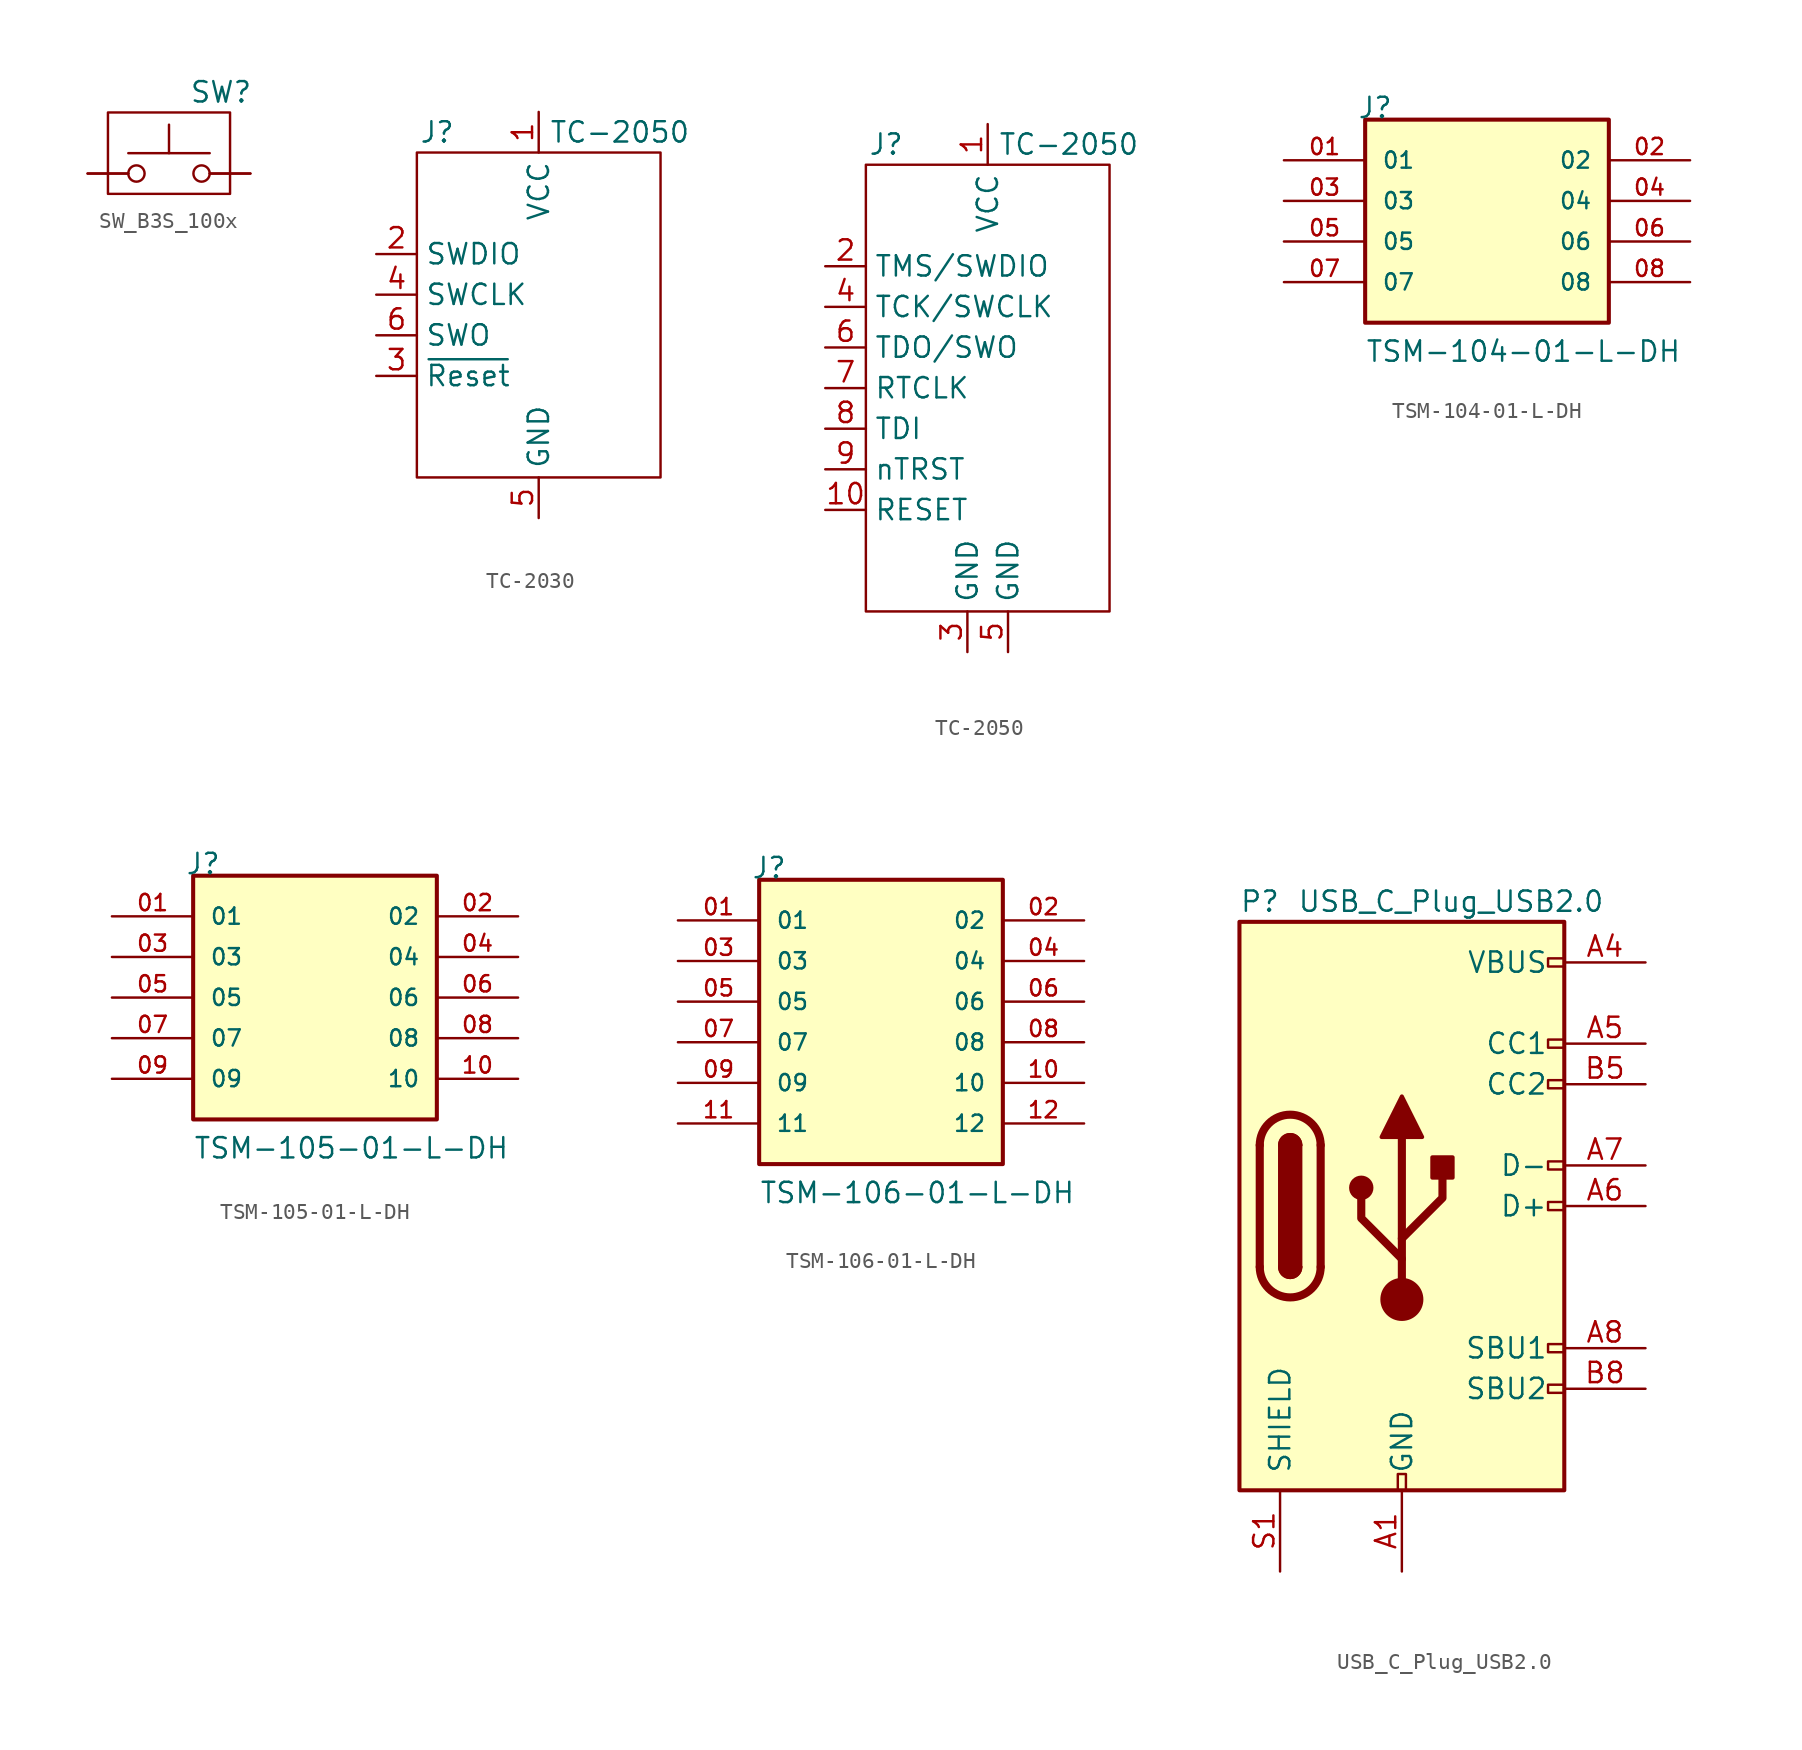
<source format=kicad_sym>
(kicad_symbol_lib
  (version 20220914)
  (generator kicad_symbol_editor)
  (symbol "SW_B3S_100x"
    (pin_numbers hide)
    (pin_names
      (offset 1.016) hide)
    (property "Reference" "SW"
      (at 1.27 5.08 0)
      (effects (font (size 1.27 1.27)) (justify left)))
    (symbol "SW_B3S_100x_0_1"
      (rectangle (start -3.81 3.81) (end 3.81 -1.27) (stroke (width 0) (type default)) (fill (type none)))
      (circle (center -2.032 0) (radius 0.508) (stroke (width 0) (type default)) (fill (type none)))
      (polyline (pts (xy 0 1.27) (xy 0 3.048)) (stroke (width 0) (type default)) (fill (type none)))
      (polyline (pts (xy 2.54 1.27) (xy -2.54 1.27)) (stroke (width 0) (type default)) (fill (type none)))
      (circle (center 2.032 0) (radius 0.508) (stroke (width 0) (type default)) (fill (type none)))
      (pin passive line (at -5.08 0 0) (length 2.54) (name "A" (effects (font (size 1.27 1.27)))) (number "1" (effects (font (size 1.27 1.27)))))
      (pin passive line (at -5.08 0 0) (length 2.54) (name "A" (effects (font (size 1.27 1.27)))) (number "2" (effects (font (size 1.27 1.27))))))
    (symbol "SW_B3S_100x_1_1"
      (pin passive line (at 5.08 0 180) (length 2.54) (name "B" (effects (font (size 1.27 1.27)))) (number "3" (effects (font (size 1.27 1.27)))))
      (pin passive line (at 5.08 0 180) (length 2.54) (name "B" (effects (font (size 1.27 1.27)))) (number "4" (effects (font (size 1.27 1.27)))))))
  (symbol "TC-2030"
    (property "Reference" "J"
      (at -6.35 11.43 0)
      (effects (font (size 1.27 1.27))))
    (property "Value" "TC-2050"
      (at 5.08 11.43 0)
      (effects (font (size 1.27 1.27))))
    (symbol "TC-2030_0_1"
      (rectangle (start -7.62 10.16) (end 7.62 -10.16) (stroke (width 0) (type default)) (fill (type none))))
    (symbol "TC-2030_1_1"
      (pin power_in line (at 0 12.7 270) (length 2.54) (name "VCC" (effects (font (size 1.27 1.27)))) (number "1" (effects (font (size 1.27 1.27)))))
      (pin bidirectional line (at -10.16 3.81 0) (length 2.54) (name "SWDIO" (effects (font (size 1.27 1.27)))) (number "2" (effects (font (size 1.27 1.27)))))
      (pin bidirectional line (at -10.16 -3.81 0) (length 2.54) (name "~{Reset}" (effects (font (size 1.27 1.27)))) (number "3" (effects (font (size 1.27 1.27)))))
      (pin bidirectional line (at -10.16 1.27 0) (length 2.54) (name "SWCLK" (effects (font (size 1.27 1.27)))) (number "4" (effects (font (size 1.27 1.27)))))
      (pin power_in line (at 0 -12.7 90) (length 2.54) (name "GND" (effects (font (size 1.27 1.27)))) (number "5" (effects (font (size 1.27 1.27)))))
      (pin bidirectional line (at -10.16 -1.27 0) (length 2.54) (name "SWO" (effects (font (size 1.27 1.27)))) (number "6" (effects (font (size 1.27 1.27)))))))
  (symbol "TC-2050"
    (property "Reference" "J"
      (at -6.35 15.24 0)
      (effects (font (size 1.27 1.27))))
    (property "Value" "TC-2050"
      (at 5.08 15.24 0)
      (effects (font (size 1.27 1.27))))
    (symbol "TC-2050_0_1"
      (rectangle (start -7.62 13.97) (end 7.62 -13.97) (stroke (width 0) (type default)) (fill (type none))))
    (symbol "TC-2050_1_1"
      (pin power_in line (at 0 16.51 270) (length 2.54) (name "VCC" (effects (font (size 1.27 1.27)))) (number "1" (effects (font (size 1.27 1.27)))))
      (pin bidirectional line (at -10.16 -7.62 0) (length 2.54) (name "RESET" (effects (font (size 1.27 1.27)))) (number "10" (effects (font (size 1.27 1.27)))))
      (pin bidirectional line (at -10.16 7.62 0) (length 2.54) (name "TMS/SWDIO" (effects (font (size 1.27 1.27)))) (number "2" (effects (font (size 1.27 1.27)))))
      (pin power_in line (at -1.27 -16.51 90) (length 2.54) (name "GND" (effects (font (size 1.27 1.27)))) (number "3" (effects (font (size 1.27 1.27)))))
      (pin bidirectional line (at -10.16 5.08 0) (length 2.54) (name "TCK/SWCLK" (effects (font (size 1.27 1.27)))) (number "4" (effects (font (size 1.27 1.27)))))
      (pin power_in line (at 1.27 -16.51 90) (length 2.54) (name "GND" (effects (font (size 1.27 1.27)))) (number "5" (effects (font (size 1.27 1.27)))))
      (pin bidirectional line (at -10.16 2.54 0) (length 2.54) (name "TDO/SWO" (effects (font (size 1.27 1.27)))) (number "6" (effects (font (size 1.27 1.27)))))
      (pin bidirectional line (at -10.16 0 0) (length 2.54) (name "RTCLK" (effects (font (size 1.27 1.27)))) (number "7" (effects (font (size 1.27 1.27)))))
      (pin bidirectional line (at -10.16 -2.54 0) (length 2.54) (name "TDI" (effects (font (size 1.27 1.27)))) (number "8" (effects (font (size 1.27 1.27)))))
      (pin bidirectional line (at -10.16 -5.08 0) (length 2.54) (name "nTRST" (effects (font (size 1.27 1.27)))) (number "9" (effects (font (size 1.27 1.27)))))))
  (symbol "TSM-104-01-L-DH"
    (pin_names
      (offset 1.016))
    (property "Reference" "J"
      (at -8.12 7.62 0)
      (effects (font (size 1.27 1.27)) (justify left bottom)))
    (property "Value" "TSM-104-01-L-DH"
      (at -7.62 -7.62 0)
      (effects (font (size 1.27 1.27)) (justify left bottom)))
    (symbol "TSM-104-01-L-DH_0_0"
      (rectangle (start -7.62 -5.08) (end 7.62 7.62) (stroke (width 0.254) (type default)) (fill (type background)))
      (pin passive line (at -12.7 5.08 0) (length 5.08) (name "01" (effects (font (size 1.016 1.016)))) (number "01" (effects (font (size 1.016 1.016)))))
      (pin passive line (at 12.7 5.08 180) (length 5.08) (name "02" (effects (font (size 1.016 1.016)))) (number "02" (effects (font (size 1.016 1.016)))))
      (pin passive line (at -12.7 2.54 0) (length 5.08) (name "03" (effects (font (size 1.016 1.016)))) (number "03" (effects (font (size 1.016 1.016)))))
      (pin passive line (at 12.7 2.54 180) (length 5.08) (name "04" (effects (font (size 1.016 1.016)))) (number "04" (effects (font (size 1.016 1.016)))))
      (pin passive line (at -12.7 0 0) (length 5.08) (name "05" (effects (font (size 1.016 1.016)))) (number "05" (effects (font (size 1.016 1.016)))))
      (pin passive line (at 12.7 0 180) (length 5.08) (name "06" (effects (font (size 1.016 1.016)))) (number "06" (effects (font (size 1.016 1.016)))))
      (pin passive line (at -12.7 -2.54 0) (length 5.08) (name "07" (effects (font (size 1.016 1.016)))) (number "07" (effects (font (size 1.016 1.016)))))
      (pin passive line (at 12.7 -2.54 180) (length 5.08) (name "08" (effects (font (size 1.016 1.016)))) (number "08" (effects (font (size 1.016 1.016)))))))
  (symbol "TSM-105-01-L-DH"
    (pin_names
      (offset 1.016))
    (property "Reference" "J"
      (at -8.12 7.62 0)
      (effects (font (size 1.27 1.27)) (justify left bottom)))
    (property "Value" "TSM-105-01-L-DH"
      (at -7.62 -10.16 0)
      (effects (font (size 1.27 1.27)) (justify left bottom)))
    (symbol "TSM-105-01-L-DH_0_0"
      (rectangle (start -7.62 -7.62) (end 7.62 7.62) (stroke (width 0.254) (type default)) (fill (type background)))
      (pin passive line (at -12.7 5.08 0) (length 5.08) (name "01" (effects (font (size 1.016 1.016)))) (number "01" (effects (font (size 1.016 1.016)))))
      (pin passive line (at 12.7 5.08 180) (length 5.08) (name "02" (effects (font (size 1.016 1.016)))) (number "02" (effects (font (size 1.016 1.016)))))
      (pin passive line (at -12.7 2.54 0) (length 5.08) (name "03" (effects (font (size 1.016 1.016)))) (number "03" (effects (font (size 1.016 1.016)))))
      (pin passive line (at 12.7 2.54 180) (length 5.08) (name "04" (effects (font (size 1.016 1.016)))) (number "04" (effects (font (size 1.016 1.016)))))
      (pin passive line (at -12.7 0 0) (length 5.08) (name "05" (effects (font (size 1.016 1.016)))) (number "05" (effects (font (size 1.016 1.016)))))
      (pin passive line (at 12.7 0 180) (length 5.08) (name "06" (effects (font (size 1.016 1.016)))) (number "06" (effects (font (size 1.016 1.016)))))
      (pin passive line (at -12.7 -2.54 0) (length 5.08) (name "07" (effects (font (size 1.016 1.016)))) (number "07" (effects (font (size 1.016 1.016)))))
      (pin passive line (at 12.7 -2.54 180) (length 5.08) (name "08" (effects (font (size 1.016 1.016)))) (number "08" (effects (font (size 1.016 1.016)))))
      (pin passive line (at -12.7 -5.08 0) (length 5.08) (name "09" (effects (font (size 1.016 1.016)))) (number "09" (effects (font (size 1.016 1.016)))))
      (pin passive line (at 12.7 -5.08 180) (length 5.08) (name "10" (effects (font (size 1.016 1.016)))) (number "10" (effects (font (size 1.016 1.016)))))))
  (symbol "TSM-106-01-L-DH"
    (pin_names
      (offset 1.016))
    (property "Reference" "J"
      (at -8.12 10.16 0)
      (effects (font (size 1.27 1.27)) (justify left bottom)))
    (property "Value" "TSM-106-01-L-DH"
      (at -7.62 -10.16 0)
      (effects (font (size 1.27 1.27)) (justify left bottom)))
    (symbol "TSM-106-01-L-DH_0_0"
      (rectangle (start -7.62 -7.62) (end 7.62 10.16) (stroke (width 0.254) (type default)) (fill (type background)))
      (pin passive line (at -12.7 7.62 0) (length 5.08) (name "01" (effects (font (size 1.016 1.016)))) (number "01" (effects (font (size 1.016 1.016)))))
      (pin passive line (at 12.7 7.62 180) (length 5.08) (name "02" (effects (font (size 1.016 1.016)))) (number "02" (effects (font (size 1.016 1.016)))))
      (pin passive line (at -12.7 5.08 0) (length 5.08) (name "03" (effects (font (size 1.016 1.016)))) (number "03" (effects (font (size 1.016 1.016)))))
      (pin passive line (at 12.7 5.08 180) (length 5.08) (name "04" (effects (font (size 1.016 1.016)))) (number "04" (effects (font (size 1.016 1.016)))))
      (pin passive line (at -12.7 2.54 0) (length 5.08) (name "05" (effects (font (size 1.016 1.016)))) (number "05" (effects (font (size 1.016 1.016)))))
      (pin passive line (at 12.7 2.54 180) (length 5.08) (name "06" (effects (font (size 1.016 1.016)))) (number "06" (effects (font (size 1.016 1.016)))))
      (pin passive line (at -12.7 0 0) (length 5.08) (name "07" (effects (font (size 1.016 1.016)))) (number "07" (effects (font (size 1.016 1.016)))))
      (pin passive line (at 12.7 0 180) (length 5.08) (name "08" (effects (font (size 1.016 1.016)))) (number "08" (effects (font (size 1.016 1.016)))))
      (pin passive line (at -12.7 -2.54 0) (length 5.08) (name "09" (effects (font (size 1.016 1.016)))) (number "09" (effects (font (size 1.016 1.016)))))
      (pin passive line (at 12.7 -2.54 180) (length 5.08) (name "10" (effects (font (size 1.016 1.016)))) (number "10" (effects (font (size 1.016 1.016)))))
      (pin passive line (at -12.7 -5.08 0) (length 5.08) (name "11" (effects (font (size 1.016 1.016)))) (number "11" (effects (font (size 1.016 1.016)))))
      (pin passive line (at 12.7 -5.08 180) (length 5.08) (name "12" (effects (font (size 1.016 1.016)))) (number "12" (effects (font (size 1.016 1.016)))))))
  (symbol "USB_C_Plug_USB2.0"
    (pin_names
      (offset 1.016))
    (property "Reference" "P"
      (at -10.16 19.05 0)
      (effects (font (size 1.27 1.27)) (justify left)))
    (property "Value" "USB_C_Plug_USB2.0"
      (at 12.7 19.05 0)
      (effects (font (size 1.27 1.27)) (justify right)))
    (symbol "USB_C_Plug_USB2.0_0_0"
      (rectangle (start -0.254 -17.78) (end 0.254 -16.764) (stroke (width 0) (type default)) (fill (type none)))
      (rectangle (start 10.16 -11.176) (end 9.144 -11.684) (stroke (width 0) (type default)) (fill (type none)))
      (rectangle (start 10.16 0.254) (end 9.144 -0.254) (stroke (width 0) (type default)) (fill (type none)))
      (rectangle (start 10.16 2.794) (end 9.144 2.286) (stroke (width 0) (type default)) (fill (type none)))
      (rectangle (start 10.16 10.414) (end 9.144 9.906) (stroke (width 0) (type default)) (fill (type none)))
      (rectangle (start 10.16 15.494) (end 9.144 14.986) (stroke (width 0) (type default)) (fill (type none))))
    (symbol "USB_C_Plug_USB2.0_0_1"
      (rectangle (start -10.16 17.78) (end 10.16 -17.78) (stroke (width 0.254) (type default)) (fill (type background)))
      (arc (start -8.89 -3.81) (mid -6.985 -5.7067) (end -5.08 -3.81) (stroke (width 0.508) (type default)) (fill (type none)))
      (arc (start -7.62 -3.81) (mid -6.985 -4.4423) (end -6.35 -3.81) (stroke (width 0.254) (type default)) (fill (type none)))
      (arc (start -7.62 -3.81) (mid -6.985 -4.4423) (end -6.35 -3.81) (stroke (width 0.254) (type default)) (fill (type outline)))
      (rectangle (start -7.62 -3.81) (end -6.35 3.81) (stroke (width 0.254) (type default)) (fill (type outline)))
      (arc (start -6.35 3.81) (mid -6.985 4.4423) (end -7.62 3.81) (stroke (width 0.254) (type default)) (fill (type none)))
      (arc (start -6.35 3.81) (mid -6.985 4.4423) (end -7.62 3.81) (stroke (width 0.254) (type default)) (fill (type outline)))
      (arc (start -5.08 3.81) (mid -6.985 5.7067) (end -8.89 3.81) (stroke (width 0.508) (type default)) (fill (type none)))
      (circle (center -2.54 1.143) (radius 0.635) (stroke (width 0.254) (type default)) (fill (type outline)))
      (circle (center 0 -5.842) (radius 1.27) (stroke (width 0) (type default)) (fill (type outline)))
      (polyline (pts (xy -8.89 -3.81) (xy -8.89 3.81)) (stroke (width 0.508) (type default)) (fill (type none)))
      (polyline (pts (xy -5.08 3.81) (xy -5.08 -3.81)) (stroke (width 0.508) (type default)) (fill (type none)))
      (polyline (pts (xy 0 -5.842) (xy 0 4.318)) (stroke (width 0.508) (type default)) (fill (type none)))
      (polyline (pts (xy 0 -3.302) (xy -2.54 -0.762) (xy -2.54 0.508)) (stroke (width 0.508) (type default)) (fill (type none)))
      (polyline (pts (xy 0 -2.032) (xy 2.54 0.508) (xy 2.54 1.778)) (stroke (width 0.508) (type default)) (fill (type none)))
      (polyline (pts (xy -1.27 4.318) (xy 0 6.858) (xy 1.27 4.318) (xy -1.27 4.318)) (stroke (width 0.254) (type default)) (fill (type outline)))
      (rectangle (start 1.905 1.778) (end 3.175 3.048) (stroke (width 0.254) (type default)) (fill (type outline))))
    (symbol "USB_C_Plug_USB2.0_1_1"
      (rectangle (start 10.16 -8.636) (end 9.144 -9.144) (stroke (width 0) (type default)) (fill (type none)))
      (rectangle (start 10.16 7.874) (end 9.144 7.366) (stroke (width 0) (type default)) (fill (type none)))
      (pin passive line (at 0 -22.86 90) (length 5.08) (name "GND" (effects (font (size 1.27 1.27)))) (number "A1" (effects (font (size 1.27 1.27)))))
      (pin passive line (at 0 -22.86 90) (length 5.08) hide (name "GND" (effects (font (size 1.27 1.27)))) (number "A12" (effects (font (size 1.27 1.27)))))
      (pin passive line (at 15.24 15.24 180) (length 5.08) (name "VBUS" (effects (font (size 1.27 1.27)))) (number "A4" (effects (font (size 1.27 1.27)))))
      (pin bidirectional line (at 15.24 10.16 180) (length 5.08) (name "CC1" (effects (font (size 1.27 1.27)))) (number "A5" (effects (font (size 1.27 1.27)))))
      (pin bidirectional line (at 15.24 0 180) (length 5.08) (name "D+" (effects (font (size 1.27 1.27)))) (number "A6" (effects (font (size 1.27 1.27)))))
      (pin bidirectional line (at 15.24 2.54 180) (length 5.08) (name "D-" (effects (font (size 1.27 1.27)))) (number "A7" (effects (font (size 1.27 1.27)))))
      (pin bidirectional line (at 15.24 -8.89 180) (length 5.08) (name "SBU1" (effects (font (size 1.27 1.27)))) (number "A8" (effects (font (size 1.27 1.27)))))
      (pin passive line (at 15.24 15.24 180) (length 5.08) hide (name "VBUS" (effects (font (size 1.27 1.27)))) (number "A9" (effects (font (size 1.27 1.27)))))
      (pin passive line (at 0 -22.86 90) (length 5.08) hide (name "GND" (effects (font (size 1.27 1.27)))) (number "B1" (effects (font (size 1.27 1.27)))))
      (pin passive line (at 0 -22.86 90) (length 5.08) hide (name "GND" (effects (font (size 1.27 1.27)))) (number "B12" (effects (font (size 1.27 1.27)))))
      (pin passive line (at 15.24 15.24 180) (length 5.08) hide (name "VBUS" (effects (font (size 1.27 1.27)))) (number "B4" (effects (font (size 1.27 1.27)))))
      (pin bidirectional line (at 15.24 7.62 180) (length 5.08) (name "CC2" (effects (font (size 1.27 1.27)))) (number "B5" (effects (font (size 1.27 1.27)))))
      (pin bidirectional line (at 15.24 0 180) (length 5.08) hide (name "D+" (effects (font (size 1.27 1.27)))) (number "B6" (effects (font (size 1.27 1.27)))))
      (pin bidirectional line (at 15.24 2.54 180) (length 5.08) hide (name "D-" (effects (font (size 1.27 1.27)))) (number "B7" (effects (font (size 1.27 1.27)))))
      (pin bidirectional line (at 15.24 -11.43 180) (length 5.08) (name "SBU2" (effects (font (size 1.27 1.27)))) (number "B8" (effects (font (size 1.27 1.27)))))
      (pin passive line (at 15.24 15.24 180) (length 5.08) hide (name "VBUS" (effects (font (size 1.27 1.27)))) (number "B9" (effects (font (size 1.27 1.27)))))
      (pin passive line (at -7.62 -22.86 90) (length 5.08) (name "SHIELD" (effects (font (size 1.27 1.27)))) (number "S1" (effects (font (size 1.27 1.27))))))))
</source>
